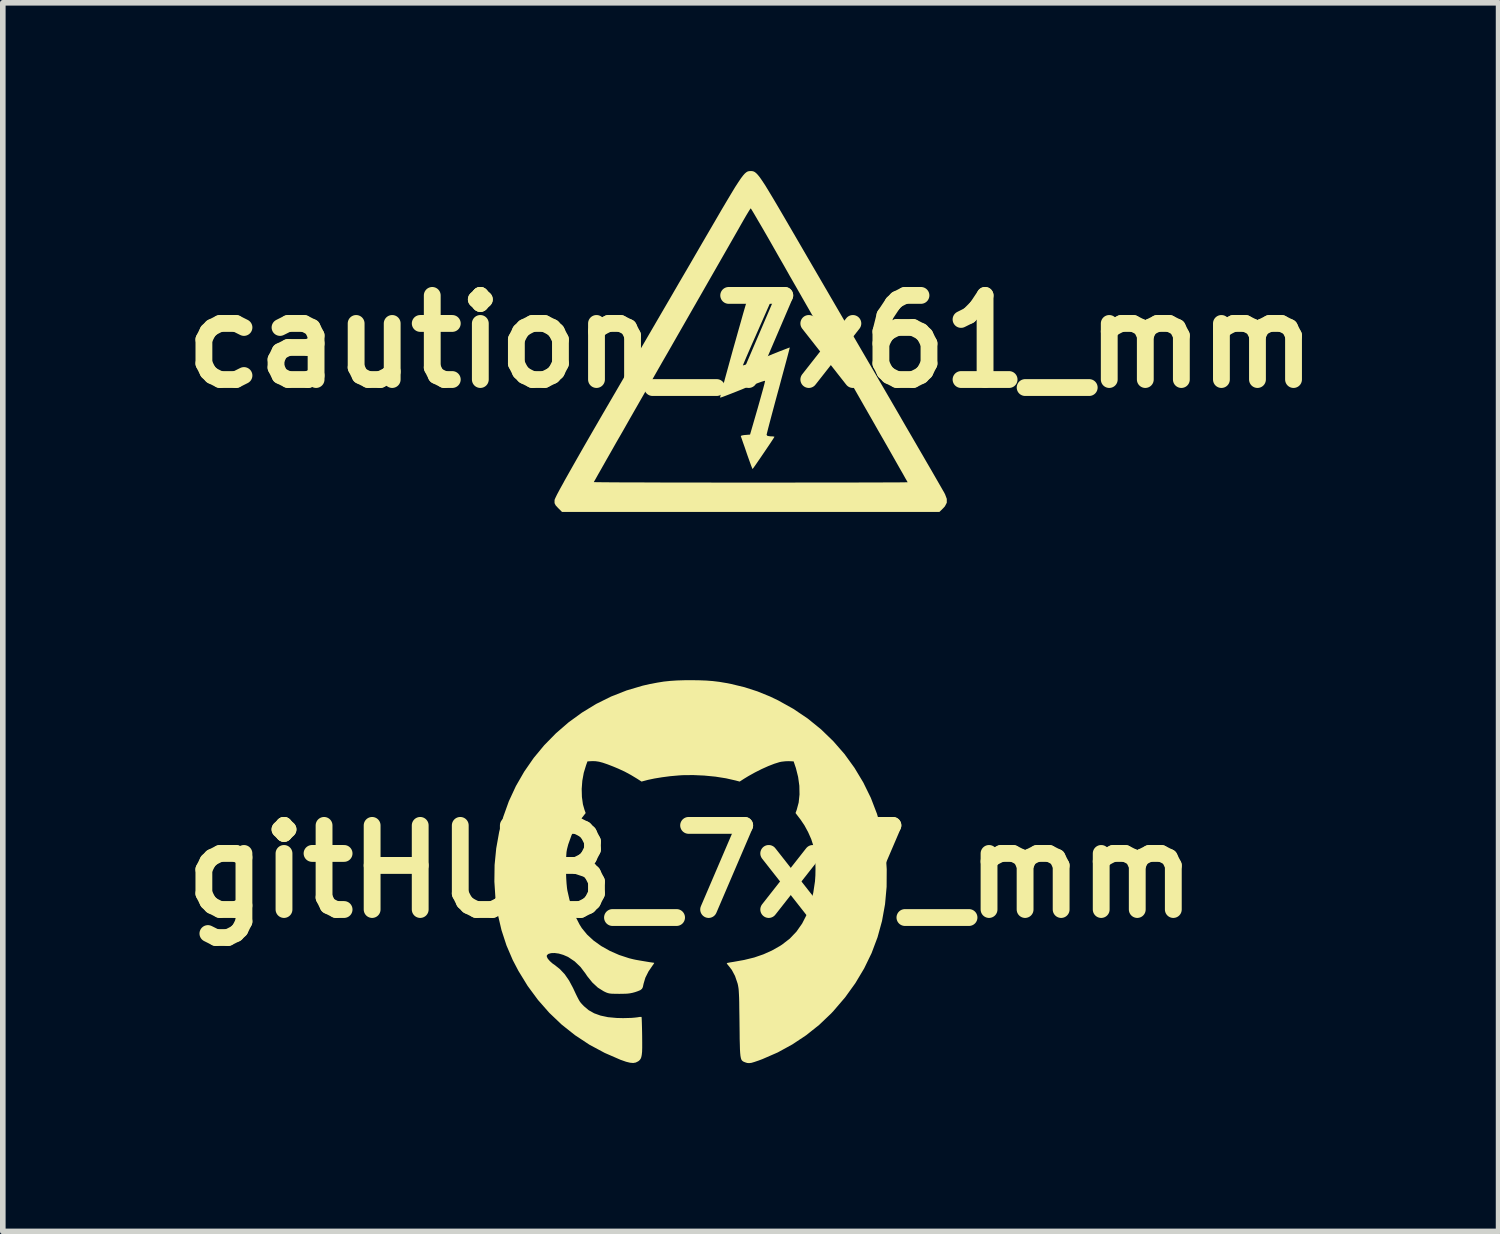
<source format=kicad_pcb>
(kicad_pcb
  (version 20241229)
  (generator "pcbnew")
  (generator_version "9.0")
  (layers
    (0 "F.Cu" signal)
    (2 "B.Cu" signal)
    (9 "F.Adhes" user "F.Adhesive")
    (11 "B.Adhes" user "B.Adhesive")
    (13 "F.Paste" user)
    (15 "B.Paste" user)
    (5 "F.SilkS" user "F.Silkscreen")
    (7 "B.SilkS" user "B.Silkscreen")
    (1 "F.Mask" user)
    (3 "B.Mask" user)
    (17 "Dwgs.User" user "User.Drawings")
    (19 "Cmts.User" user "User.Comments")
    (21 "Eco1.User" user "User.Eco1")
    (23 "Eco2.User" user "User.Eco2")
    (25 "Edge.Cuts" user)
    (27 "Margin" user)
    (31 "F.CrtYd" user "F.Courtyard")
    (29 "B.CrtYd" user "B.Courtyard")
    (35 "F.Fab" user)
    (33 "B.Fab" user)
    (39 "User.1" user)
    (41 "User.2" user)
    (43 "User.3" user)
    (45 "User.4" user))
  (footprint "gitHUB_7x7_mm"
    (layer "F.Cu")
    (at 9.264 12.489)
    (property "Reference" "gitHUB_7x7_mm" (at 0 0 0) (layer "F.SilkS") (effects (font (size 1.5 1.5) (thickness 0.3))))
    (attr board_only exclude_from_pos_files exclude_from_bom)
    (fp_poly (pts (xy 0.149 -3.409) (xy 0.279 -3.404) (xy 0.397 -3.395) (xy 0.512 -3.381) (xy 0.631 -3.361) (xy 0.723 -3.343) (xy 0.963 -3.285) (xy 1.192 -3.211) (xy 1.418 -3.119) (xy 1.562 -3.05) (xy 1.833 -2.899) (xy 2.088 -2.727) (xy 2.326 -2.534) (xy 2.544 -2.323) (xy 2.744 -2.094) (xy 2.922 -1.848) (xy 3.079 -1.587) (xy 3.214 -1.312) (xy 3.325 -1.023) (xy 3.325 -1.021) (xy 3.396 -0.78) (xy 3.448 -0.54) (xy 3.481 -0.291) (xy 3.497 -0.041) (xy 3.495 0.275) (xy 3.467 0.584) (xy 3.413 0.883) (xy 3.333 1.174) (xy 3.227 1.456) (xy 3.095 1.728) (xy 2.938 1.991) (xy 2.756 2.244) (xy 2.548 2.487) (xy 2.504 2.534) (xy 2.292 2.736) (xy 2.061 2.92) (xy 1.814 3.084) (xy 1.553 3.227) (xy 1.28 3.346) (xy 1.213 3.371) (xy 1.14 3.396) (xy 1.086 3.412) (xy 1.045 3.417) (xy 1.01 3.415) (xy 0.975 3.404) (xy 0.965 3.4) (xy 0.945 3.392) (xy 0.929 3.382) (xy 0.915 3.369) (xy 0.904 3.351) (xy 0.896 3.325) (xy 0.889 3.288) (xy 0.884 3.238) (xy 0.88 3.174) (xy 0.878 3.091) (xy 0.875 2.989) (xy 0.874 2.864) (xy 0.872 2.715) (xy 0.872 2.701) (xy 0.87 2.555) (xy 0.868 2.434) (xy 0.867 2.334) (xy 0.865 2.253) (xy 0.862 2.189) (xy 0.859 2.137) (xy 0.856 2.096) (xy 0.851 2.062) (xy 0.846 2.033) (xy 0.84 2.006) (xy 0.837 1.995) (xy 0.792 1.863) (xy 0.735 1.756) (xy 0.688 1.695) (xy 0.662 1.664) (xy 0.647 1.642) (xy 0.645 1.635) (xy 0.66 1.63) (xy 0.696 1.623) (xy 0.744 1.615) (xy 0.753 1.614) (xy 0.954 1.578) (xy 1.134 1.534) (xy 1.297 1.478) (xy 1.449 1.41) (xy 1.594 1.328) (xy 1.632 1.303) (xy 1.769 1.197) (xy 1.888 1.072) (xy 1.989 0.928) (xy 2.073 0.764) (xy 2.139 0.58) (xy 2.188 0.375) (xy 2.218 0.175) (xy 2.225 0.071) (xy 2.227 -0.044) (xy 2.225 -0.162) (xy 2.217 -0.276) (xy 2.205 -0.378) (xy 2.189 -0.458) (xy 2.151 -0.576) (xy 2.096 -0.7) (xy 2.03 -0.822) (xy 1.957 -0.93) (xy 1.954 -0.933) (xy 1.871 -1.042) (xy 1.892 -1.099) (xy 1.927 -1.229) (xy 1.942 -1.373) (xy 1.939 -1.528) (xy 1.917 -1.686) (xy 1.877 -1.845) (xy 1.869 -1.868) (xy 1.837 -1.963) (xy 1.752 -1.967) (xy 1.689 -1.965) (xy 1.62 -1.957) (xy 1.586 -1.95) (xy 1.493 -1.921) (xy 1.385 -1.879) (xy 1.267 -1.826) (xy 1.148 -1.766) (xy 1.033 -1.702) (xy 0.954 -1.654) (xy 0.875 -1.603) (xy 0.803 -1.622) (xy 0.632 -1.661) (xy 0.442 -1.691) (xy 0.244 -1.71) (xy 0.046 -1.719) (xy -0.145 -1.717) (xy -0.217 -1.712) (xy -0.363 -1.699) (xy -0.508 -1.68) (xy -0.643 -1.658) (xy -0.762 -1.633) (xy -0.803 -1.622) (xy -0.875 -1.603) (xy -0.954 -1.654) (xy -1.065 -1.721) (xy -1.174 -1.78) (xy -1.291 -1.834) (xy -1.382 -1.872) (xy -1.483 -1.911) (xy -1.565 -1.939) (xy -1.633 -1.957) (xy -1.693 -1.966) (xy -1.75 -1.968) (xy -1.766 -1.967) (xy -1.839 -1.963) (xy -1.864 -1.894) (xy -1.905 -1.76) (xy -1.931 -1.617) (xy -1.942 -1.471) (xy -1.938 -1.328) (xy -1.92 -1.197) (xy -1.892 -1.099) (xy -1.871 -1.042) (xy -1.954 -0.935) (xy -2.048 -0.796) (xy -2.123 -0.647) (xy -2.182 -0.482) (xy -2.204 -0.397) (xy -2.213 -0.345) (xy -2.218 -0.271) (xy -2.222 -0.182) (xy -2.223 -0.084) (xy -2.221 0.019) (xy -2.218 0.12) (xy -2.212 0.214) (xy -2.204 0.295) (xy -2.197 0.341) (xy -2.16 0.503) (xy -2.11 0.661) (xy -2.049 0.811) (xy -1.981 0.944) (xy -1.94 1.01) (xy -1.847 1.124) (xy -1.73 1.232) (xy -1.593 1.33) (xy -1.44 1.416) (xy -1.274 1.489) (xy -1.097 1.547) (xy -1.02 1.566) (xy -0.978 1.575) (xy -0.922 1.585) (xy -0.857 1.596) (xy -0.792 1.607) (xy -0.731 1.617) (xy -0.683 1.624) (xy -0.653 1.628) (xy -0.649 1.628) (xy -0.651 1.637) (xy -0.666 1.66) (xy -0.67 1.665) (xy -0.751 1.783) (xy -0.807 1.895) (xy -0.839 2.003) (xy -0.843 2.022) (xy -0.852 2.063) (xy -0.867 2.092) (xy -0.895 2.115) (xy -0.94 2.134) (xy -0.989 2.151) (xy -1.037 2.164) (xy -1.083 2.173) (xy -1.135 2.179) (xy -1.202 2.181) (xy -1.272 2.182) (xy -1.347 2.181) (xy -1.401 2.18) (xy -1.441 2.176) (xy -1.473 2.169) (xy -1.504 2.158) (xy -1.54 2.141) (xy -1.55 2.136) (xy -1.654 2.071) (xy -1.752 1.98) (xy -1.844 1.866) (xy -1.873 1.822) (xy -1.963 1.703) (xy -2.066 1.604) (xy -2.179 1.528) (xy -2.192 1.521) (xy -2.271 1.487) (xy -2.35 1.464) (xy -2.424 1.454) (xy -2.487 1.456) (xy -2.536 1.47) (xy -2.563 1.494) (xy -2.564 1.52) (xy -2.546 1.556) (xy -2.51 1.598) (xy -2.462 1.641) (xy -2.428 1.664) (xy -2.332 1.74) (xy -2.245 1.832) (xy -2.167 1.945) (xy -2.094 2.082) (xy -2.085 2.102) (xy -2.048 2.181) (xy -2.019 2.24) (xy -1.996 2.284) (xy -1.976 2.318) (xy -1.956 2.345) (xy -1.932 2.371) (xy -1.903 2.401) (xy -1.901 2.403) (xy -1.817 2.474) (xy -1.719 2.529) (xy -1.605 2.57) (xy -1.473 2.598) (xy -1.321 2.612) (xy -1.204 2.615) (xy -1.128 2.613) (xy -1.056 2.611) (xy -0.995 2.606) (xy -0.953 2.601) (xy -0.951 2.601) (xy -0.91 2.594) (xy -0.882 2.593) (xy -0.875 2.594) (xy -0.873 2.609) (xy -0.871 2.648) (xy -0.869 2.706) (xy -0.867 2.78) (xy -0.865 2.866) (xy -0.864 2.933) (xy -0.863 3.05) (xy -0.863 3.143) (xy -0.865 3.215) (xy -0.871 3.27) (xy -0.879 3.31) (xy -0.891 3.34) (xy -0.907 3.362) (xy -0.927 3.38) (xy -0.936 3.386) (xy -0.978 3.407) (xy -1.024 3.415) (xy -1.08 3.41) (xy -1.15 3.393) (xy -1.238 3.362) (xy -1.245 3.36) (xy -1.532 3.235) (xy -1.804 3.089) (xy -2.06 2.92) (xy -2.298 2.731) (xy -2.519 2.521) (xy -2.721 2.291) (xy -2.905 2.042) (xy -3.07 1.773) (xy -3.171 1.58) (xy -3.283 1.319) (xy -3.372 1.046) (xy -3.438 0.764) (xy -3.48 0.474) (xy -3.499 0.18) (xy -3.495 -0.116) (xy -3.466 -0.411) (xy -3.414 -0.702) (xy -3.342 -0.97) (xy -3.241 -1.252) (xy -3.115 -1.523) (xy -2.967 -1.78) (xy -2.798 -2.024) (xy -2.609 -2.252) (xy -2.401 -2.464) (xy -2.177 -2.658) (xy -1.938 -2.832) (xy -1.684 -2.987) (xy -1.418 -3.119) (xy -1.141 -3.228) (xy -0.854 -3.313) (xy -0.723 -3.343) (xy -0.595 -3.367) (xy -0.478 -3.386) (xy -0.363 -3.398) (xy -0.242 -3.406) (xy -0.108 -3.41) (xy 0 -3.411)) (stroke (width 0) (type solid)) (fill yes) (layer "F.SilkS")))
  (footprint "caution_7x61_mm"
    (layer "F.Cu")
    (at 10.336 3.039)
    (property "Reference" "caution_7x61_mm" (at 0 0 0) (layer "F.SilkS") (effects (font (size 1.5 1.5) (thickness 0.3))))
    (attr board_only exclude_from_pos_files exclude_from_bom)
    (fp_poly (pts (xy 0.14 -0.903) (xy 0.216 -0.901) (xy 0.438 -0.896) (xy 0.15 -0.242) (xy 0.083 -0.09) (xy 0.021 0.05) (xy -0.033 0.174) (xy -0.078 0.278) (xy -0.112 0.358) (xy -0.133 0.409) (xy -0.14 0.426) (xy -0.123 0.423) (xy -0.073 0.407) (xy 0.003 0.379) (xy 0.101 0.341) (xy 0.215 0.296) (xy 0.276 0.272) (xy 0.397 0.223) (xy 0.504 0.18) (xy 0.592 0.146) (xy 0.657 0.121) (xy 0.692 0.108) (xy 0.696 0.107) (xy 0.692 0.126) (xy 0.678 0.181) (xy 0.656 0.265) (xy 0.626 0.377) (xy 0.59 0.51) (xy 0.549 0.661) (xy 0.505 0.826) (xy 0.491 0.876) (xy 0.445 1.045) (xy 0.403 1.202) (xy 0.365 1.344) (xy 0.333 1.465) (xy 0.308 1.561) (xy 0.291 1.629) (xy 0.283 1.663) (xy 0.283 1.665) (xy 0.3 1.684) (xy 0.35 1.691) (xy 0.352 1.691) (xy 0.399 1.693) (xy 0.422 1.698) (xy 0.423 1.699) (xy 0.412 1.718) (xy 0.383 1.763) (xy 0.34 1.828) (xy 0.288 1.905) (xy 0.231 1.989) (xy 0.174 2.073) (xy 0.121 2.15) (xy 0.077 2.214) (xy 0.046 2.257) (xy 0.032 2.274) (xy 0.032 2.274) (xy 0.024 2.256) (xy 0.005 2.207) (xy -0.022 2.132) (xy -0.055 2.04) (xy -0.073 1.988) (xy -0.107 1.887) (xy -0.138 1.8) (xy -0.161 1.733) (xy -0.175 1.694) (xy -0.177 1.688) (xy -0.164 1.677) (xy -0.121 1.669) (xy -0.098 1.667) (xy -0.012 1.66) (xy 0.125 1.187) (xy 0.162 1.056) (xy 0.195 0.937) (xy 0.223 0.837) (xy 0.243 0.761) (xy 0.254 0.713) (xy 0.256 0.701) (xy 0.237 0.704) (xy 0.186 0.72) (xy 0.109 0.748) (xy 0.012 0.786) (xy -0.101 0.83) (xy -0.141 0.847) (xy -0.258 0.894) (xy -0.362 0.935) (xy -0.448 0.968) (xy -0.51 0.991) (xy -0.543 1.001) (xy -0.546 1.001) (xy -0.543 0.982) (xy -0.53 0.928) (xy -0.508 0.845) (xy -0.479 0.737) (xy -0.444 0.608) (xy -0.404 0.463) (xy -0.361 0.306) (xy -0.316 0.143) (xy -0.269 -0.023) (xy -0.223 -0.187) (xy -0.178 -0.345) (xy -0.137 -0.491) (xy -0.099 -0.622) (xy -0.066 -0.732) (xy -0.041 -0.818) (xy -0.023 -0.875) (xy -0.014 -0.898) (xy -0.014 -0.898) (xy 0.008 -0.901) (xy 0.063 -0.903)) (stroke (width 0) (type solid)) (fill yes) (layer "F.SilkS"))
    (fp_poly (pts (xy 0.025 -3.038) (xy 0.048 -3.033) (xy 0.071 -3.022) (xy 0.097 -3.002) (xy 0.127 -2.971) (xy 0.163 -2.926) (xy 0.205 -2.865) (xy 0.258 -2.785) (xy 0.32 -2.683) (xy 0.396 -2.557) (xy 0.486 -2.405) (xy 0.592 -2.224) (xy 0.716 -2.011) (xy 0.758 -1.939) (xy 1.038 -1.457) (xy 1.299 -1.009) (xy 1.541 -0.593) (xy 1.765 -0.208) (xy 1.971 0.146) (xy 2.161 0.472) (xy 2.334 0.77) (xy 2.492 1.041) (xy 2.635 1.287) (xy 2.763 1.509) (xy 2.879 1.708) (xy 2.981 1.884) (xy 3.072 2.04) (xy 3.151 2.177) (xy 3.22 2.295) (xy 3.278 2.396) (xy 3.327 2.481) (xy 3.367 2.551) (xy 3.4 2.608) (xy 3.425 2.652) (xy 3.444 2.684) (xy 3.456 2.707) (xy 3.463 2.72) (xy 3.464 2.721) (xy 3.496 2.806) (xy 3.496 2.875) (xy 3.462 2.94) (xy 3.434 2.971) (xy 3.365 3.039) (xy 0 3.039) (xy -3.365 3.039) (xy -3.436 2.968) (xy -3.479 2.921) (xy -3.498 2.882) (xy -3.498 2.836) (xy -3.497 2.822) (xy -3.484 2.791) (xy -3.452 2.725) (xy -3.399 2.626) (xy -3.333 2.507) (xy -2.798 2.507) (xy -2.778 2.508) (xy -2.72 2.509) (xy -2.627 2.51) (xy -2.5 2.511) (xy -2.342 2.512) (xy -2.155 2.513) (xy -1.942 2.513) (xy -1.705 2.514) (xy -1.445 2.515) (xy -1.166 2.515) (xy -0.869 2.515) (xy -0.558 2.516) (xy -0.233 2.516) (xy 0 2.516) (xy 0.332 2.516) (xy 0.653 2.516) (xy 0.96 2.515) (xy 1.252 2.515) (xy 1.525 2.515) (xy 1.779 2.515) (xy 2.009 2.514) (xy 2.215 2.514) (xy 2.393 2.513) (xy 2.542 2.512) (xy 2.659 2.512) (xy 2.741 2.511) (xy 2.788 2.51) (xy 2.798 2.51) (xy 2.788 2.492) (xy 2.759 2.442) (xy 2.714 2.361) (xy 2.652 2.253) (xy 2.576 2.119) (xy 2.487 1.962) (xy 2.386 1.785) (xy 2.274 1.59) (xy 2.154 1.379) (xy 2.025 1.154) (xy 1.891 0.919) (xy 1.837 0.824) (xy 1.688 0.564) (xy 1.536 0.299) (xy 1.384 0.033) (xy 1.234 -0.23) (xy 1.088 -0.485) (xy 0.948 -0.729) (xy 0.818 -0.957) (xy 0.698 -1.166) (xy 0.593 -1.352) (xy 0.502 -1.51) (xy 0.443 -1.614) (xy 0.352 -1.774) (xy 0.267 -1.922) (xy 0.19 -2.055) (xy 0.123 -2.169) (xy 0.069 -2.262) (xy 0.029 -2.329) (xy 0.006 -2.366) (xy 0 -2.374) (xy -0.013 -2.357) (xy -0.042 -2.311) (xy -0.084 -2.241) (xy -0.135 -2.153) (xy -0.184 -2.067) (xy -0.216 -2.01) (xy -0.267 -1.921) (xy -0.335 -1.802) (xy -0.419 -1.655) (xy -0.517 -1.484) (xy -0.628 -1.29) (xy -0.75 -1.077) (xy -0.882 -0.846) (xy -1.022 -0.602) (xy -1.169 -0.345) (xy -1.322 -0.078) (xy -1.478 0.195) (xy -1.578 0.368) (xy -1.732 0.638) (xy -1.881 0.898) (xy -2.023 1.146) (xy -2.157 1.38) (xy -2.281 1.599) (xy -2.396 1.798) (xy -2.498 1.978) (xy -2.587 2.134) (xy -2.662 2.267) (xy -2.722 2.372) (xy -2.765 2.449) (xy -2.791 2.494) (xy -2.798 2.507) (xy -3.333 2.507) (xy -3.326 2.493) (xy -3.232 2.326) (xy -3.118 2.125) (xy -2.984 1.89) (xy -2.829 1.621) (xy -2.653 1.317) (xy -2.456 0.979) (xy -2.425 0.926) (xy -2.264 0.649) (xy -2.098 0.363) (xy -1.928 0.071) (xy -1.758 -0.221) (xy -1.59 -0.51) (xy -1.426 -0.791) (xy -1.27 -1.06) (xy -1.123 -1.311) (xy -0.989 -1.542) (xy -0.87 -1.747) (xy -0.768 -1.922) (xy -0.758 -1.939) (xy -0.628 -2.162) (xy -0.517 -2.353) (xy -0.422 -2.513) (xy -0.342 -2.647) (xy -0.276 -2.756) (xy -0.22 -2.842) (xy -0.175 -2.909) (xy -0.137 -2.959) (xy -0.106 -2.994) (xy -0.079 -3.017) (xy -0.055 -3.031) (xy -0.032 -3.037) (xy -0.008 -3.039) (xy 0 -3.039)) (stroke (width 0) (type solid)) (fill yes) (layer "F.SilkS")))
  (gr_rect
    (start -3 -3)
    (end 23.671 18.907)
    (stroke (width 0.1) (type default))
    (fill no)
    (layer "Edge.Cuts")))
</source>
